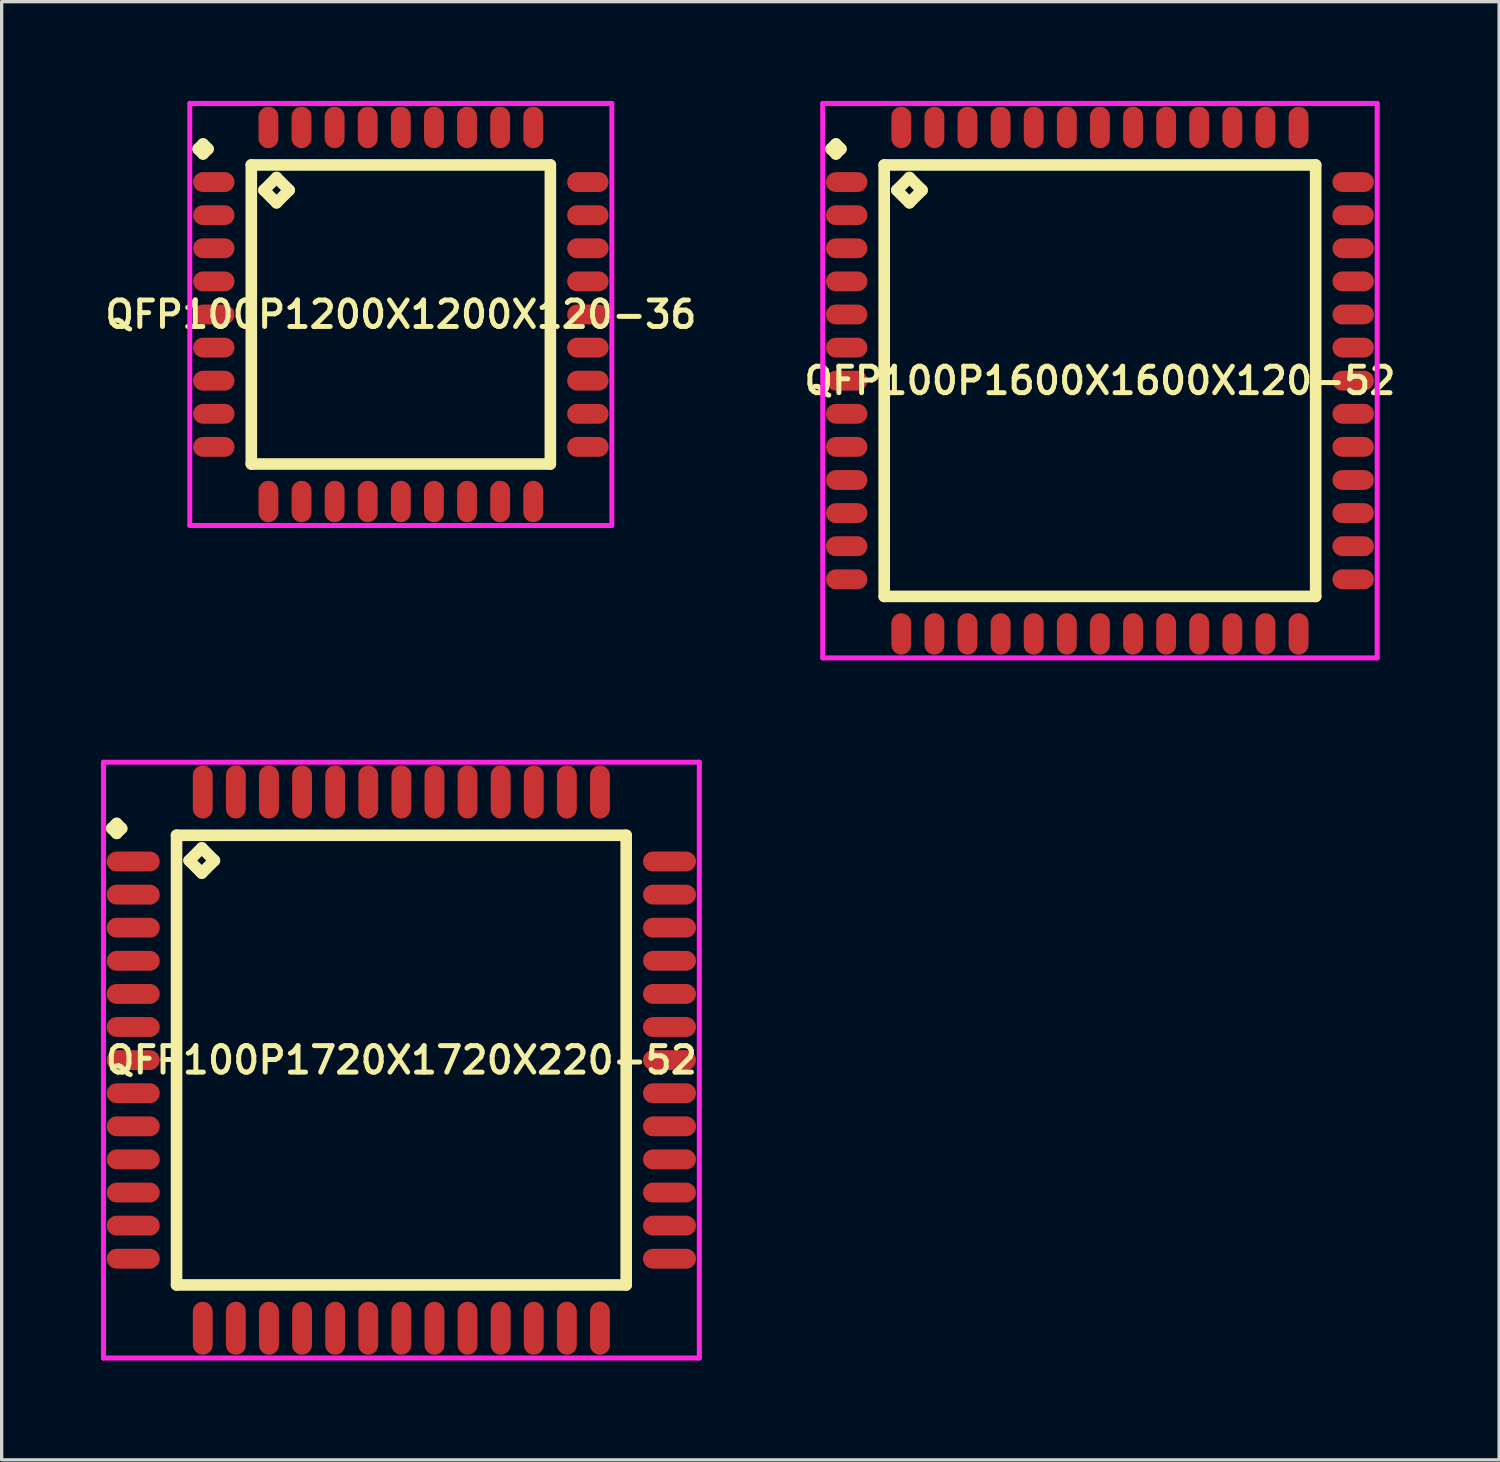
<source format=kicad_pcb>
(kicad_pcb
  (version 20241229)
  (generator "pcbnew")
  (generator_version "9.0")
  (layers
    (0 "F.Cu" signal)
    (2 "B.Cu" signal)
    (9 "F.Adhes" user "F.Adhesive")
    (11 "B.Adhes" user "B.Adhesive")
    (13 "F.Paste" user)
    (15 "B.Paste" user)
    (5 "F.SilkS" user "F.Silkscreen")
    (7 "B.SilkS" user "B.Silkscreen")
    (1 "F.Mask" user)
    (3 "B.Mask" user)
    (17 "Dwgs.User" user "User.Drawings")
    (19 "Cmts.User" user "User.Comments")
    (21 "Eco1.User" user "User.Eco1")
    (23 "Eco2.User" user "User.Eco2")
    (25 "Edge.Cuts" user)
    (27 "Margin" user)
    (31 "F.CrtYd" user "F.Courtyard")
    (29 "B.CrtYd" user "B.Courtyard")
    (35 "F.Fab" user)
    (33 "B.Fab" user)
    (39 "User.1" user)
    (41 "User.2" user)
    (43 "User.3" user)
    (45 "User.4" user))
  (footprint "QFP100P1200X1200X120-36"
    (layer "F.Cu")
    (at 9.059 6.45)
    (property "Reference" "QFP100P1200X1200X120-36" (at 0 0 0) (layer "F.SilkS") (effects (font (size 0.8 0.8) (thickness 0.15))))
    (attr through_hole)
    (fp_line (start -6.125 -5) (end -5.975 -5.15) (stroke (width 0.35) (type solid)) (layer "F.SilkS"))
    (fp_line (start -5.975 -5.15) (end -5.825 -5) (stroke (width 0.35) (type solid)) (layer "F.SilkS"))
    (fp_line (start -5.975 -4.85) (end -6.125 -5) (stroke (width 0.35) (type solid)) (layer "F.SilkS"))
    (fp_line (start -5.825 -5) (end -5.975 -4.85) (stroke (width 0.35) (type solid)) (layer "F.SilkS"))
    (fp_line (start -4.517 -4.517) (end -4.517 4.517) (stroke (width 0.35) (type solid)) (layer "F.SilkS"))
    (fp_line (start -4.517 4.517) (end 4.517 4.517) (stroke (width 0.35) (type solid)) (layer "F.SilkS"))
    (fp_line (start -4.136 -3.755) (end -3.755 -4.136) (stroke (width 0.35) (type solid)) (layer "F.SilkS"))
    (fp_line (start -3.755 -4.136) (end -3.374 -3.755) (stroke (width 0.35) (type solid)) (layer "F.SilkS"))
    (fp_line (start -3.755 -3.374) (end -4.136 -3.755) (stroke (width 0.35) (type solid)) (layer "F.SilkS"))
    (fp_line (start -3.374 -3.755) (end -3.755 -3.374) (stroke (width 0.35) (type solid)) (layer "F.SilkS"))
    (fp_line (start 4.517 -4.517) (end -4.517 -4.517) (stroke (width 0.35) (type solid)) (layer "F.SilkS"))
    (fp_line (start 4.517 4.517) (end 4.517 -4.517) (stroke (width 0.35) (type solid)) (layer "F.SilkS"))
    (fp_line (start -6.375 -6.375) (end 6.375 -6.375) (stroke (width 0.15) (type solid)) (layer "F.CrtYd"))
    (fp_line (start -6.375 6.375) (end -6.375 -6.375) (stroke (width 0.15) (type solid)) (layer "F.CrtYd"))
    (fp_line (start 6.375 -6.375) (end 6.375 6.375) (stroke (width 0.15) (type solid)) (layer "F.CrtYd"))
    (fp_line (start 6.375 6.375) (end -6.375 6.375) (stroke (width 0.15) (type solid)) (layer "F.CrtYd"))
    (pad "1" smd oval (at -5.65 -4) (size 1.25 0.6) (layers "F.Cu" "F.Mask" "F.Paste"))
    (pad "2" smd oval (at -5.65 -3) (size 1.25 0.6) (layers "F.Cu" "F.Mask" "F.Paste"))
    (pad "3" smd oval (at -5.65 -2) (size 1.25 0.6) (layers "F.Cu" "F.Mask" "F.Paste"))
    (pad "4" smd oval (at -5.65 -1) (size 1.25 0.6) (layers "F.Cu" "F.Mask" "F.Paste"))
    (pad "5" smd oval (at -5.65 0) (size 1.25 0.6) (layers "F.Cu" "F.Mask" "F.Paste"))
    (pad "6" smd oval (at -5.65 1) (size 1.25 0.6) (layers "F.Cu" "F.Mask" "F.Paste"))
    (pad "7" smd oval (at -5.65 2) (size 1.25 0.6) (layers "F.Cu" "F.Mask" "F.Paste"))
    (pad "8" smd oval (at -5.65 3) (size 1.25 0.6) (layers "F.Cu" "F.Mask" "F.Paste"))
    (pad "9" smd oval (at -5.65 4) (size 1.25 0.6) (layers "F.Cu" "F.Mask" "F.Paste"))
    (pad "10" smd oval (at -4 5.65) (size 0.6 1.25) (layers "F.Cu" "F.Mask" "F.Paste"))
    (pad "11" smd oval (at -3 5.65) (size 0.6 1.25) (layers "F.Cu" "F.Mask" "F.Paste"))
    (pad "12" smd oval (at -2 5.65) (size 0.6 1.25) (layers "F.Cu" "F.Mask" "F.Paste"))
    (pad "13" smd oval (at -1 5.65) (size 0.6 1.25) (layers "F.Cu" "F.Mask" "F.Paste"))
    (pad "14" smd oval (at 0 5.65) (size 0.6 1.25) (layers "F.Cu" "F.Mask" "F.Paste"))
    (pad "15" smd oval (at 1 5.65) (size 0.6 1.25) (layers "F.Cu" "F.Mask" "F.Paste"))
    (pad "16" smd oval (at 2 5.65) (size 0.6 1.25) (layers "F.Cu" "F.Mask" "F.Paste"))
    (pad "17" smd oval (at 3 5.65) (size 0.6 1.25) (layers "F.Cu" "F.Mask" "F.Paste"))
    (pad "18" smd oval (at 4 5.65) (size 0.6 1.25) (layers "F.Cu" "F.Mask" "F.Paste"))
    (pad "19" smd oval (at 5.65 4) (size 1.25 0.6) (layers "F.Cu" "F.Mask" "F.Paste"))
    (pad "20" smd oval (at 5.65 3) (size 1.25 0.6) (layers "F.Cu" "F.Mask" "F.Paste"))
    (pad "21" smd oval (at 5.65 2) (size 1.25 0.6) (layers "F.Cu" "F.Mask" "F.Paste"))
    (pad "22" smd oval (at 5.65 1) (size 1.25 0.6) (layers "F.Cu" "F.Mask" "F.Paste"))
    (pad "23" smd oval (at 5.65 0) (size 1.25 0.6) (layers "F.Cu" "F.Mask" "F.Paste"))
    (pad "24" smd oval (at 5.65 -1) (size 1.25 0.6) (layers "F.Cu" "F.Mask" "F.Paste"))
    (pad "25" smd oval (at 5.65 -2) (size 1.25 0.6) (layers "F.Cu" "F.Mask" "F.Paste"))
    (pad "26" smd oval (at 5.65 -3) (size 1.25 0.6) (layers "F.Cu" "F.Mask" "F.Paste"))
    (pad "27" smd oval (at 5.65 -4) (size 1.25 0.6) (layers "F.Cu" "F.Mask" "F.Paste"))
    (pad "28" smd oval (at 4 -5.65) (size 0.6 1.25) (layers "F.Cu" "F.Mask" "F.Paste"))
    (pad "29" smd oval (at 3 -5.65) (size 0.6 1.25) (layers "F.Cu" "F.Mask" "F.Paste"))
    (pad "30" smd oval (at 2 -5.65) (size 0.6 1.25) (layers "F.Cu" "F.Mask" "F.Paste"))
    (pad "31" smd oval (at 1 -5.65) (size 0.6 1.25) (layers "F.Cu" "F.Mask" "F.Paste"))
    (pad "32" smd oval (at 0 -5.65) (size 0.6 1.25) (layers "F.Cu" "F.Mask" "F.Paste"))
    (pad "33" smd oval (at -1 -5.65) (size 0.6 1.25) (layers "F.Cu" "F.Mask" "F.Paste"))
    (pad "34" smd oval (at -2 -5.65) (size 0.6 1.25) (layers "F.Cu" "F.Mask" "F.Paste"))
    (pad "35" smd oval (at -3 -5.65) (size 0.6 1.25) (layers "F.Cu" "F.Mask" "F.Paste"))
    (pad "36" smd oval (at -4 -5.65) (size 0.6 1.25) (layers "F.Cu" "F.Mask" "F.Paste")))
  (footprint "QFP100P1600X1600X120-52"
    (layer "F.Cu")
    (at 30.178 8.45)
    (property "Reference" "QFP100P1600X1600X120-52" (at 0 0 0) (layer "F.SilkS") (effects (font (size 0.8 0.8) (thickness 0.15))))
    (attr through_hole)
    (fp_line (start -8.125 -7) (end -7.975 -7.15) (stroke (width 0.35) (type solid)) (layer "F.SilkS"))
    (fp_line (start -7.975 -7.15) (end -7.825 -7) (stroke (width 0.35) (type solid)) (layer "F.SilkS"))
    (fp_line (start -7.975 -6.85) (end -8.125 -7) (stroke (width 0.35) (type solid)) (layer "F.SilkS"))
    (fp_line (start -7.825 -7) (end -7.975 -6.85) (stroke (width 0.35) (type solid)) (layer "F.SilkS"))
    (fp_line (start -6.517 -6.517) (end -6.517 6.517) (stroke (width 0.35) (type solid)) (layer "F.SilkS"))
    (fp_line (start -6.517 6.517) (end 6.517 6.517) (stroke (width 0.35) (type solid)) (layer "F.SilkS"))
    (fp_line (start -6.136 -5.755) (end -5.755 -6.136) (stroke (width 0.35) (type solid)) (layer "F.SilkS"))
    (fp_line (start -5.755 -6.136) (end -5.374 -5.755) (stroke (width 0.35) (type solid)) (layer "F.SilkS"))
    (fp_line (start -5.755 -5.374) (end -6.136 -5.755) (stroke (width 0.35) (type solid)) (layer "F.SilkS"))
    (fp_line (start -5.374 -5.755) (end -5.755 -5.374) (stroke (width 0.35) (type solid)) (layer "F.SilkS"))
    (fp_line (start 6.517 -6.517) (end -6.517 -6.517) (stroke (width 0.35) (type solid)) (layer "F.SilkS"))
    (fp_line (start 6.517 6.517) (end 6.517 -6.517) (stroke (width 0.35) (type solid)) (layer "F.SilkS"))
    (fp_line (start -8.375 -8.375) (end 8.375 -8.375) (stroke (width 0.15) (type solid)) (layer "F.CrtYd"))
    (fp_line (start -8.375 8.375) (end -8.375 -8.375) (stroke (width 0.15) (type solid)) (layer "F.CrtYd"))
    (fp_line (start 8.375 -8.375) (end 8.375 8.375) (stroke (width 0.15) (type solid)) (layer "F.CrtYd"))
    (fp_line (start 8.375 8.375) (end -8.375 8.375) (stroke (width 0.15) (type solid)) (layer "F.CrtYd"))
    (pad "1" smd oval (at -7.65 -6) (size 1.25 0.6) (layers "F.Cu" "F.Mask" "F.Paste"))
    (pad "2" smd oval (at -7.65 -5) (size 1.25 0.6) (layers "F.Cu" "F.Mask" "F.Paste"))
    (pad "3" smd oval (at -7.65 -4) (size 1.25 0.6) (layers "F.Cu" "F.Mask" "F.Paste"))
    (pad "4" smd oval (at -7.65 -3) (size 1.25 0.6) (layers "F.Cu" "F.Mask" "F.Paste"))
    (pad "5" smd oval (at -7.65 -2) (size 1.25 0.6) (layers "F.Cu" "F.Mask" "F.Paste"))
    (pad "6" smd oval (at -7.65 -1) (size 1.25 0.6) (layers "F.Cu" "F.Mask" "F.Paste"))
    (pad "7" smd oval (at -7.65 0) (size 1.25 0.6) (layers "F.Cu" "F.Mask" "F.Paste"))
    (pad "8" smd oval (at -7.65 1) (size 1.25 0.6) (layers "F.Cu" "F.Mask" "F.Paste"))
    (pad "9" smd oval (at -7.65 2) (size 1.25 0.6) (layers "F.Cu" "F.Mask" "F.Paste"))
    (pad "10" smd oval (at -7.65 3) (size 1.25 0.6) (layers "F.Cu" "F.Mask" "F.Paste"))
    (pad "11" smd oval (at -7.65 4) (size 1.25 0.6) (layers "F.Cu" "F.Mask" "F.Paste"))
    (pad "12" smd oval (at -7.65 5) (size 1.25 0.6) (layers "F.Cu" "F.Mask" "F.Paste"))
    (pad "13" smd oval (at -7.65 6) (size 1.25 0.6) (layers "F.Cu" "F.Mask" "F.Paste"))
    (pad "14" smd oval (at -6 7.65) (size 0.6 1.25) (layers "F.Cu" "F.Mask" "F.Paste"))
    (pad "15" smd oval (at -5 7.65) (size 0.6 1.25) (layers "F.Cu" "F.Mask" "F.Paste"))
    (pad "16" smd oval (at -4 7.65) (size 0.6 1.25) (layers "F.Cu" "F.Mask" "F.Paste"))
    (pad "17" smd oval (at -3 7.65) (size 0.6 1.25) (layers "F.Cu" "F.Mask" "F.Paste"))
    (pad "18" smd oval (at -2 7.65) (size 0.6 1.25) (layers "F.Cu" "F.Mask" "F.Paste"))
    (pad "19" smd oval (at -1 7.65) (size 0.6 1.25) (layers "F.Cu" "F.Mask" "F.Paste"))
    (pad "20" smd oval (at 0 7.65) (size 0.6 1.25) (layers "F.Cu" "F.Mask" "F.Paste"))
    (pad "21" smd oval (at 1 7.65) (size 0.6 1.25) (layers "F.Cu" "F.Mask" "F.Paste"))
    (pad "22" smd oval (at 2 7.65) (size 0.6 1.25) (layers "F.Cu" "F.Mask" "F.Paste"))
    (pad "23" smd oval (at 3 7.65) (size 0.6 1.25) (layers "F.Cu" "F.Mask" "F.Paste"))
    (pad "24" smd oval (at 4 7.65) (size 0.6 1.25) (layers "F.Cu" "F.Mask" "F.Paste"))
    (pad "25" smd oval (at 5 7.65) (size 0.6 1.25) (layers "F.Cu" "F.Mask" "F.Paste"))
    (pad "26" smd oval (at 6 7.65) (size 0.6 1.25) (layers "F.Cu" "F.Mask" "F.Paste"))
    (pad "27" smd oval (at 7.65 6) (size 1.25 0.6) (layers "F.Cu" "F.Mask" "F.Paste"))
    (pad "28" smd oval (at 7.65 5) (size 1.25 0.6) (layers "F.Cu" "F.Mask" "F.Paste"))
    (pad "29" smd oval (at 7.65 4) (size 1.25 0.6) (layers "F.Cu" "F.Mask" "F.Paste"))
    (pad "30" smd oval (at 7.65 3) (size 1.25 0.6) (layers "F.Cu" "F.Mask" "F.Paste"))
    (pad "31" smd oval (at 7.65 2) (size 1.25 0.6) (layers "F.Cu" "F.Mask" "F.Paste"))
    (pad "32" smd oval (at 7.65 1) (size 1.25 0.6) (layers "F.Cu" "F.Mask" "F.Paste"))
    (pad "33" smd oval (at 7.65 0) (size 1.25 0.6) (layers "F.Cu" "F.Mask" "F.Paste"))
    (pad "34" smd oval (at 7.65 -1) (size 1.25 0.6) (layers "F.Cu" "F.Mask" "F.Paste"))
    (pad "35" smd oval (at 7.65 -2) (size 1.25 0.6) (layers "F.Cu" "F.Mask" "F.Paste"))
    (pad "36" smd oval (at 7.65 -3) (size 1.25 0.6) (layers "F.Cu" "F.Mask" "F.Paste"))
    (pad "37" smd oval (at 7.65 -4) (size 1.25 0.6) (layers "F.Cu" "F.Mask" "F.Paste"))
    (pad "38" smd oval (at 7.65 -5) (size 1.25 0.6) (layers "F.Cu" "F.Mask" "F.Paste"))
    (pad "39" smd oval (at 7.65 -6) (size 1.25 0.6) (layers "F.Cu" "F.Mask" "F.Paste"))
    (pad "40" smd oval (at 6 -7.65) (size 0.6 1.25) (layers "F.Cu" "F.Mask" "F.Paste"))
    (pad "41" smd oval (at 5 -7.65) (size 0.6 1.25) (layers "F.Cu" "F.Mask" "F.Paste"))
    (pad "42" smd oval (at 4 -7.65) (size 0.6 1.25) (layers "F.Cu" "F.Mask" "F.Paste"))
    (pad "43" smd oval (at 3 -7.65) (size 0.6 1.25) (layers "F.Cu" "F.Mask" "F.Paste"))
    (pad "44" smd oval (at 2 -7.65) (size 0.6 1.25) (layers "F.Cu" "F.Mask" "F.Paste"))
    (pad "45" smd oval (at 1 -7.65) (size 0.6 1.25) (layers "F.Cu" "F.Mask" "F.Paste"))
    (pad "46" smd oval (at 0 -7.65) (size 0.6 1.25) (layers "F.Cu" "F.Mask" "F.Paste"))
    (pad "47" smd oval (at -1 -7.65) (size 0.6 1.25) (layers "F.Cu" "F.Mask" "F.Paste"))
    (pad "48" smd oval (at -2 -7.65) (size 0.6 1.25) (layers "F.Cu" "F.Mask" "F.Paste"))
    (pad "49" smd oval (at -3 -7.65) (size 0.6 1.25) (layers "F.Cu" "F.Mask" "F.Paste"))
    (pad "50" smd oval (at -4 -7.65) (size 0.6 1.25) (layers "F.Cu" "F.Mask" "F.Paste"))
    (pad "51" smd oval (at -5 -7.65) (size 0.6 1.25) (layers "F.Cu" "F.Mask" "F.Paste"))
    (pad "52" smd oval (at -6 -7.65) (size 0.6 1.25) (layers "F.Cu" "F.Mask" "F.Paste")))
  (footprint "QFP100P1720X1720X220-52"
    (layer "F.Cu")
    (at 9.075 28.975)
    (property "Reference" "QFP100P1720X1720X220-52" (at 0 0 0) (layer "F.SilkS") (effects (font (size 0.8 0.8) (thickness 0.15))))
    (attr smd)
    (fp_line (start -8.75 -7) (end -8.6 -7.15) (stroke (width 0.35) (type solid)) (layer "F.SilkS"))
    (fp_line (start -8.6 -7.15) (end -8.45 -7) (stroke (width 0.35) (type solid)) (layer "F.SilkS"))
    (fp_line (start -8.6 -6.85) (end -8.75 -7) (stroke (width 0.35) (type solid)) (layer "F.SilkS"))
    (fp_line (start -8.45 -7) (end -8.6 -6.85) (stroke (width 0.35) (type solid)) (layer "F.SilkS"))
    (fp_line (start -6.792 -6.792) (end -6.792 6.792) (stroke (width 0.35) (type solid)) (layer "F.SilkS"))
    (fp_line (start -6.792 6.792) (end 6.792 6.792) (stroke (width 0.35) (type solid)) (layer "F.SilkS"))
    (fp_line (start -6.411 -6.03) (end -6.03 -6.411) (stroke (width 0.35) (type solid)) (layer "F.SilkS"))
    (fp_line (start -6.03 -6.411) (end -5.649 -6.03) (stroke (width 0.35) (type solid)) (layer "F.SilkS"))
    (fp_line (start -6.03 -5.649) (end -6.411 -6.03) (stroke (width 0.35) (type solid)) (layer "F.SilkS"))
    (fp_line (start -5.649 -6.03) (end -6.03 -5.649) (stroke (width 0.35) (type solid)) (layer "F.SilkS"))
    (fp_line (start 6.792 -6.792) (end -6.792 -6.792) (stroke (width 0.35) (type solid)) (layer "F.SilkS"))
    (fp_line (start 6.792 6.792) (end 6.792 -6.792) (stroke (width 0.35) (type solid)) (layer "F.SilkS"))
    (fp_line (start -9 -9) (end 9 -9) (stroke (width 0.15) (type solid)) (layer "F.CrtYd"))
    (fp_line (start -9 9) (end -9 -9) (stroke (width 0.15) (type solid)) (layer "F.CrtYd"))
    (fp_line (start 9 -9) (end 9 9) (stroke (width 0.15) (type solid)) (layer "F.CrtYd"))
    (fp_line (start 9 9) (end -9 9) (stroke (width 0.15) (type solid)) (layer "F.CrtYd"))
    (pad "1" smd oval (at -8.1 -6) (size 1.6 0.6) (layers "F.Cu" "F.Mask" "F.Paste"))
    (pad "2" smd oval (at -8.1 -5) (size 1.6 0.6) (layers "F.Cu" "F.Mask" "F.Paste"))
    (pad "3" smd oval (at -8.1 -4) (size 1.6 0.6) (layers "F.Cu" "F.Mask" "F.Paste"))
    (pad "4" smd oval (at -8.1 -3) (size 1.6 0.6) (layers "F.Cu" "F.Mask" "F.Paste"))
    (pad "5" smd oval (at -8.1 -2) (size 1.6 0.6) (layers "F.Cu" "F.Mask" "F.Paste"))
    (pad "6" smd oval (at -8.1 -1) (size 1.6 0.6) (layers "F.Cu" "F.Mask" "F.Paste"))
    (pad "7" smd oval (at -8.1 0) (size 1.6 0.6) (layers "F.Cu" "F.Mask" "F.Paste"))
    (pad "8" smd oval (at -8.1 1) (size 1.6 0.6) (layers "F.Cu" "F.Mask" "F.Paste"))
    (pad "9" smd oval (at -8.1 2) (size 1.6 0.6) (layers "F.Cu" "F.Mask" "F.Paste"))
    (pad "10" smd oval (at -8.1 3) (size 1.6 0.6) (layers "F.Cu" "F.Mask" "F.Paste"))
    (pad "11" smd oval (at -8.1 4) (size 1.6 0.6) (layers "F.Cu" "F.Mask" "F.Paste"))
    (pad "12" smd oval (at -8.1 5) (size 1.6 0.6) (layers "F.Cu" "F.Mask" "F.Paste"))
    (pad "13" smd oval (at -8.1 6) (size 1.6 0.6) (layers "F.Cu" "F.Mask" "F.Paste"))
    (pad "14" smd oval (at -6 8.1) (size 0.6 1.6) (layers "F.Cu" "F.Mask" "F.Paste"))
    (pad "15" smd oval (at -5 8.1) (size 0.6 1.6) (layers "F.Cu" "F.Mask" "F.Paste"))
    (pad "16" smd oval (at -4 8.1) (size 0.6 1.6) (layers "F.Cu" "F.Mask" "F.Paste"))
    (pad "17" smd oval (at -3 8.1) (size 0.6 1.6) (layers "F.Cu" "F.Mask" "F.Paste"))
    (pad "18" smd oval (at -2 8.1) (size 0.6 1.6) (layers "F.Cu" "F.Mask" "F.Paste"))
    (pad "19" smd oval (at -1 8.1) (size 0.6 1.6) (layers "F.Cu" "F.Mask" "F.Paste"))
    (pad "20" smd oval (at 0 8.1) (size 0.6 1.6) (layers "F.Cu" "F.Mask" "F.Paste"))
    (pad "21" smd oval (at 1 8.1) (size 0.6 1.6) (layers "F.Cu" "F.Mask" "F.Paste"))
    (pad "22" smd oval (at 2 8.1) (size 0.6 1.6) (layers "F.Cu" "F.Mask" "F.Paste"))
    (pad "23" smd oval (at 3 8.1) (size 0.6 1.6) (layers "F.Cu" "F.Mask" "F.Paste"))
    (pad "24" smd oval (at 4 8.1) (size 0.6 1.6) (layers "F.Cu" "F.Mask" "F.Paste"))
    (pad "25" smd oval (at 5 8.1) (size 0.6 1.6) (layers "F.Cu" "F.Mask" "F.Paste"))
    (pad "26" smd oval (at 6 8.1) (size 0.6 1.6) (layers "F.Cu" "F.Mask" "F.Paste"))
    (pad "27" smd oval (at 8.1 6) (size 1.6 0.6) (layers "F.Cu" "F.Mask" "F.Paste"))
    (pad "28" smd oval (at 8.1 5) (size 1.6 0.6) (layers "F.Cu" "F.Mask" "F.Paste"))
    (pad "29" smd oval (at 8.1 4) (size 1.6 0.6) (layers "F.Cu" "F.Mask" "F.Paste"))
    (pad "30" smd oval (at 8.1 3) (size 1.6 0.6) (layers "F.Cu" "F.Mask" "F.Paste"))
    (pad "31" smd oval (at 8.1 2) (size 1.6 0.6) (layers "F.Cu" "F.Mask" "F.Paste"))
    (pad "32" smd oval (at 8.1 1) (size 1.6 0.6) (layers "F.Cu" "F.Mask" "F.Paste"))
    (pad "33" smd oval (at 8.1 0) (size 1.6 0.6) (layers "F.Cu" "F.Mask" "F.Paste"))
    (pad "34" smd oval (at 8.1 -1) (size 1.6 0.6) (layers "F.Cu" "F.Mask" "F.Paste"))
    (pad "35" smd oval (at 8.1 -2) (size 1.6 0.6) (layers "F.Cu" "F.Mask" "F.Paste"))
    (pad "36" smd oval (at 8.1 -3) (size 1.6 0.6) (layers "F.Cu" "F.Mask" "F.Paste"))
    (pad "37" smd oval (at 8.1 -4) (size 1.6 0.6) (layers "F.Cu" "F.Mask" "F.Paste"))
    (pad "38" smd oval (at 8.1 -5) (size 1.6 0.6) (layers "F.Cu" "F.Mask" "F.Paste"))
    (pad "39" smd oval (at 8.1 -6) (size 1.6 0.6) (layers "F.Cu" "F.Mask" "F.Paste"))
    (pad "40" smd oval (at 6 -8.1) (size 0.6 1.6) (layers "F.Cu" "F.Mask" "F.Paste"))
    (pad "41" smd oval (at 5 -8.1) (size 0.6 1.6) (layers "F.Cu" "F.Mask" "F.Paste"))
    (pad "42" smd oval (at 4 -8.1) (size 0.6 1.6) (layers "F.Cu" "F.Mask" "F.Paste"))
    (pad "43" smd oval (at 3 -8.1) (size 0.6 1.6) (layers "F.Cu" "F.Mask" "F.Paste"))
    (pad "44" smd oval (at 2 -8.1) (size 0.6 1.6) (layers "F.Cu" "F.Mask" "F.Paste"))
    (pad "45" smd oval (at 1 -8.1) (size 0.6 1.6) (layers "F.Cu" "F.Mask" "F.Paste"))
    (pad "46" smd oval (at 0 -8.1) (size 0.6 1.6) (layers "F.Cu" "F.Mask" "F.Paste"))
    (pad "47" smd oval (at -1 -8.1) (size 0.6 1.6) (layers "F.Cu" "F.Mask" "F.Paste"))
    (pad "48" smd oval (at -2 -8.1) (size 0.6 1.6) (layers "F.Cu" "F.Mask" "F.Paste"))
    (pad "49" smd oval (at -3 -8.1) (size 0.6 1.6) (layers "F.Cu" "F.Mask" "F.Paste"))
    (pad "50" smd oval (at -4 -8.1) (size 0.6 1.6) (layers "F.Cu" "F.Mask" "F.Paste"))
    (pad "51" smd oval (at -5 -8.1) (size 0.6 1.6) (layers "F.Cu" "F.Mask" "F.Paste"))
    (pad "52" smd oval (at -6 -8.1) (size 0.6 1.6) (layers "F.Cu" "F.Mask" "F.Paste")))
  (gr_rect
    (start -3 -3)
    (end 42.237 41.05)
    (stroke (width 0.1) (type default))
    (fill no)
    (layer "Edge.Cuts")))
</source>
